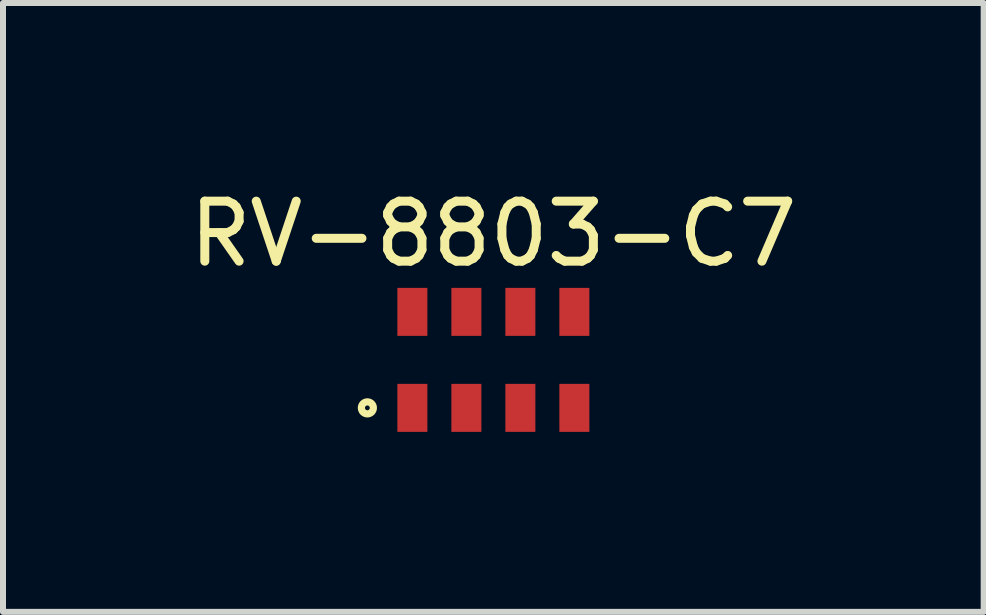
<source format=kicad_pcb>
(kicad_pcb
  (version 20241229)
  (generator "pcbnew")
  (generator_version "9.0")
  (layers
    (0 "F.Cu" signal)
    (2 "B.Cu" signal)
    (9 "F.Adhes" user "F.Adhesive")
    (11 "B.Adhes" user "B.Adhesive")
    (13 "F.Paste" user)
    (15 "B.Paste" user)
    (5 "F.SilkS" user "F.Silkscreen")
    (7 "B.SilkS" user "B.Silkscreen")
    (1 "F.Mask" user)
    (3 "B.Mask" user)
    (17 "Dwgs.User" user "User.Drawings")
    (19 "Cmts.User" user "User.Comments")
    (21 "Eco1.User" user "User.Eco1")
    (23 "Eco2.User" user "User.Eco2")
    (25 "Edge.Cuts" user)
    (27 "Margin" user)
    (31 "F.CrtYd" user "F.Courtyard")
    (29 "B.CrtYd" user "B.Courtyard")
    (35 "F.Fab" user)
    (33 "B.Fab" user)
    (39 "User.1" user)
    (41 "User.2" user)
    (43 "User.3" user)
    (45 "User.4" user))
  (footprint "RV-8803-C7"
    (layer "F.Cu")
    (at 5.173 2.948)
    (property "Reference" "RV-8803-C7" (at 0 -2.1 0) (layer "F.SilkS") (effects (font (size 1 1) (thickness 0.15))))
    (attr through_hole)
    (fp_circle (center -2.1 0.8) (end -2 0.8) (stroke (width 0.12) (type solid)) (fill no) (layer "F.SilkS"))
    (pad "1" smd rect (at -1.35 0.8) (size 0.5 0.8) (layers "F.Cu" "F.Mask" "F.Paste"))
    (pad "2" smd rect (at -0.45 0.8) (size 0.5 0.8) (layers "F.Cu" "F.Mask" "F.Paste"))
    (pad "3" smd rect (at 0.45 0.8) (size 0.5 0.8) (layers "F.Cu" "F.Mask" "F.Paste"))
    (pad "4" smd rect (at 1.35 0.8) (size 0.5 0.8) (layers "F.Cu" "F.Mask" "F.Paste"))
    (pad "5" smd rect (at 1.35 -0.8) (size 0.5 0.8) (layers "F.Cu" "F.Mask" "F.Paste"))
    (pad "6" smd rect (at 0.45 -0.8) (size 0.5 0.8) (layers "F.Cu" "F.Mask" "F.Paste"))
    (pad "7" smd rect (at -0.45 -0.8) (size 0.5 0.8) (layers "F.Cu" "F.Mask" "F.Paste"))
    (pad "8" smd rect (at -1.35 -0.8) (size 0.5 0.8) (layers "F.Cu" "F.Mask" "F.Paste")))
  (gr_rect
    (start -3 -3)
    (end 13.345 7.148)
    (stroke (width 0.1) (type default))
    (fill no)
    (layer "Edge.Cuts")))
</source>
